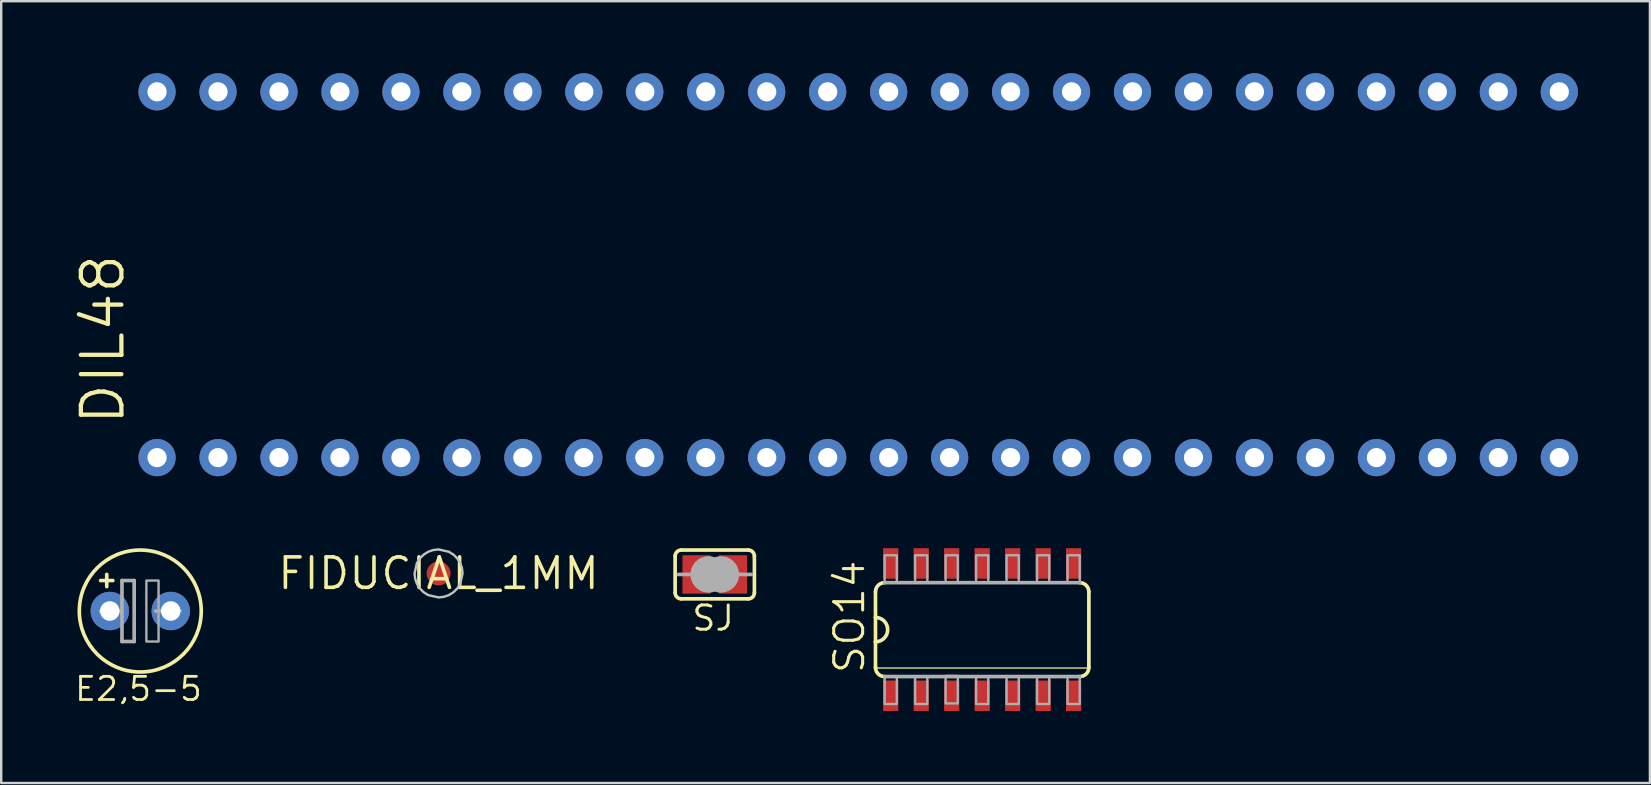
<source format=kicad_pcb>
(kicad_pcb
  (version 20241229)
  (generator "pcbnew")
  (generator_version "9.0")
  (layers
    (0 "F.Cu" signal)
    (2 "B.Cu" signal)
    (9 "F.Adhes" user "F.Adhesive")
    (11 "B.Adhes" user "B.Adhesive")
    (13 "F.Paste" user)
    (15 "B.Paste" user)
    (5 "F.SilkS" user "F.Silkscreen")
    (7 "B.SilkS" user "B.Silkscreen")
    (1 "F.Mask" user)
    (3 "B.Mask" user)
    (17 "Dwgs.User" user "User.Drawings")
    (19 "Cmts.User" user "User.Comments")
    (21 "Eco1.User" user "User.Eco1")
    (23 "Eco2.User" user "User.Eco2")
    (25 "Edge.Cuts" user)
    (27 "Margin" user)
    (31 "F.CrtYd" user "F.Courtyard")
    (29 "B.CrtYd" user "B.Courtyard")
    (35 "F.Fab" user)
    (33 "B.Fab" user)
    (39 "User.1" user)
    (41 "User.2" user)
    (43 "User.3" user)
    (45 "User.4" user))
  (footprint "SJ"
    (layer "F.Cu")
    (at 26.728 20.882)
    (property "Reference" "SJ" (at -1.016 2.413 180) (layer "F.SilkS") (effects (font (size 1.013 1.013) (thickness 0.122)) (justify left bottom)))
    (attr through_hole)
    (fp_poly (pts (xy -0.076 0.914) (xy 0.076 0.914) (xy 0.076 -0.914) (xy -0.076 -0.914)) (stroke (width 0) (type solid)) (fill yes) (layer "F.Mask"))
    (fp_line (start -1.651 0.762) (end -1.651 -0.762) (stroke (width 0.152) (type solid)) (layer "F.SilkS"))
    (fp_line (start -1.397 -1.016) (end 1.397 -1.016) (stroke (width 0.152) (type solid)) (layer "F.SilkS"))
    (fp_line (start 1.397 1.016) (end -1.397 1.016) (stroke (width 0.152) (type solid)) (layer "F.SilkS"))
    (fp_line (start 1.651 0.762) (end 1.651 -0.762) (stroke (width 0.152) (type solid)) (layer "F.SilkS"))
    (fp_arc (start -1.651 -0.762) (mid -1.576605 -0.941605) (end -1.397 -1.016) (stroke (width 0.1524) (type solid)) (layer "F.SilkS"))
    (fp_arc (start -1.397 1.016) (mid -1.576605 0.941605) (end -1.651 0.762) (stroke (width 0.1524) (type solid)) (layer "F.SilkS"))
    (fp_arc (start 1.397 -1.016) (mid 1.576605 -0.941605) (end 1.651 -0.762) (stroke (width 0.1524) (type solid)) (layer "F.SilkS"))
    (fp_arc (start 1.651 0.762) (mid 1.576605 0.941605) (end 1.397 1.016) (stroke (width 0.1524) (type solid)) (layer "F.SilkS"))
    (fp_line (start -1.016 0) (end -1.524 0) (stroke (width 0.152) (type solid)) (layer "F.Fab"))
    (fp_line (start 1.016 0) (end 1.524 0) (stroke (width 0.152) (type solid)) (layer "F.Fab"))
    (fp_arc (start -0.254 0.127) (mid -0.381 0) (end -0.254 -0.127) (stroke (width 1.27) (type solid)) (layer "F.Fab"))
    (fp_arc (start 0.254 -0.127) (mid 0.381 0) (end 0.254 0.127) (stroke (width 1.27) (type solid)) (layer "F.Fab"))
    (pad "1" smd rect (at -0.762 0) (size 1.168 1.6) (layers "F.Cu" "F.Mask" "F.Paste"))
    (pad "2" smd rect (at 0.762 0) (size 1.168 1.6) (layers "F.Cu" "F.Mask" "F.Paste")))
  (footprint "DIL48"
    (layer "F.Cu")
    (at 32.703 8.395)
    (property "Reference" "DIL48" (at -30.48 6.35 90) (layer "F.SilkS") (effects (font (size 1.689 1.689) (thickness 0.178)) (justify left bottom)))
    (attr through_hole)
    (pad "1" thru_hole circle (at -29.21 7.62 90) (size 1.55 1.55) (drill 0.8) (layers "*.Cu" "*.Mask"))
    (pad "2" thru_hole circle (at -26.67 7.62 90) (size 1.55 1.55) (drill 0.8) (layers "*.Cu" "*.Mask"))
    (pad "3" thru_hole circle (at -24.13 7.62 90) (size 1.55 1.55) (drill 0.8) (layers "*.Cu" "*.Mask"))
    (pad "4" thru_hole circle (at -21.59 7.62 90) (size 1.55 1.55) (drill 0.8) (layers "*.Cu" "*.Mask"))
    (pad "5" thru_hole circle (at -19.05 7.62 90) (size 1.55 1.55) (drill 0.8) (layers "*.Cu" "*.Mask"))
    (pad "6" thru_hole circle (at -16.51 7.62 90) (size 1.55 1.55) (drill 0.8) (layers "*.Cu" "*.Mask"))
    (pad "7" thru_hole circle (at -13.97 7.62 90) (size 1.55 1.55) (drill 0.8) (layers "*.Cu" "*.Mask"))
    (pad "8" thru_hole circle (at -11.43 7.62 90) (size 1.55 1.55) (drill 0.8) (layers "*.Cu" "*.Mask"))
    (pad "9" thru_hole circle (at -8.89 7.62 90) (size 1.55 1.55) (drill 0.8) (layers "*.Cu" "*.Mask"))
    (pad "10" thru_hole circle (at -6.35 7.62 90) (size 1.55 1.55) (drill 0.8) (layers "*.Cu" "*.Mask"))
    (pad "11" thru_hole circle (at -3.81 7.62 90) (size 1.55 1.55) (drill 0.8) (layers "*.Cu" "*.Mask"))
    (pad "12" thru_hole circle (at -1.27 7.62 90) (size 1.55 1.55) (drill 0.8) (layers "*.Cu" "*.Mask"))
    (pad "13" thru_hole circle (at 1.27 7.62 90) (size 1.55 1.55) (drill 0.8) (layers "*.Cu" "*.Mask"))
    (pad "14" thru_hole circle (at 3.81 7.62 90) (size 1.55 1.55) (drill 0.8) (layers "*.Cu" "*.Mask"))
    (pad "15" thru_hole circle (at 6.35 7.62 90) (size 1.55 1.55) (drill 0.8) (layers "*.Cu" "*.Mask"))
    (pad "16" thru_hole circle (at 8.89 7.62 90) (size 1.55 1.55) (drill 0.8) (layers "*.Cu" "*.Mask"))
    (pad "17" thru_hole circle (at 11.43 7.62 90) (size 1.55 1.55) (drill 0.8) (layers "*.Cu" "*.Mask"))
    (pad "18" thru_hole circle (at 13.97 7.62 90) (size 1.55 1.55) (drill 0.8) (layers "*.Cu" "*.Mask"))
    (pad "19" thru_hole circle (at 16.51 7.62 90) (size 1.55 1.55) (drill 0.8) (layers "*.Cu" "*.Mask"))
    (pad "20" thru_hole circle (at 19.05 7.62 90) (size 1.55 1.55) (drill 0.8) (layers "*.Cu" "*.Mask"))
    (pad "21" thru_hole circle (at 21.59 7.62 90) (size 1.55 1.55) (drill 0.8) (layers "*.Cu" "*.Mask"))
    (pad "22" thru_hole circle (at 24.13 7.62 90) (size 1.55 1.55) (drill 0.8) (layers "*.Cu" "*.Mask"))
    (pad "23" thru_hole circle (at 26.67 7.62 90) (size 1.55 1.55) (drill 0.8) (layers "*.Cu" "*.Mask"))
    (pad "24" thru_hole circle (at 29.21 7.62 90) (size 1.55 1.55) (drill 0.8) (layers "*.Cu" "*.Mask"))
    (pad "25" thru_hole circle (at 29.21 -7.62 90) (size 1.55 1.55) (drill 0.8) (layers "*.Cu" "*.Mask"))
    (pad "26" thru_hole circle (at 26.67 -7.62 90) (size 1.55 1.55) (drill 0.8) (layers "*.Cu" "*.Mask"))
    (pad "27" thru_hole circle (at 24.13 -7.62 90) (size 1.55 1.55) (drill 0.8) (layers "*.Cu" "*.Mask"))
    (pad "28" thru_hole circle (at 21.59 -7.62 90) (size 1.55 1.55) (drill 0.8) (layers "*.Cu" "*.Mask"))
    (pad "29" thru_hole circle (at 19.05 -7.62 90) (size 1.55 1.55) (drill 0.8) (layers "*.Cu" "*.Mask"))
    (pad "30" thru_hole circle (at 16.51 -7.62 90) (size 1.55 1.55) (drill 0.8) (layers "*.Cu" "*.Mask"))
    (pad "31" thru_hole circle (at 13.97 -7.62 90) (size 1.55 1.55) (drill 0.8) (layers "*.Cu" "*.Mask"))
    (pad "32" thru_hole circle (at 11.43 -7.62 90) (size 1.55 1.55) (drill 0.8) (layers "*.Cu" "*.Mask"))
    (pad "33" thru_hole circle (at 8.89 -7.62 90) (size 1.55 1.55) (drill 0.8) (layers "*.Cu" "*.Mask"))
    (pad "34" thru_hole circle (at 6.35 -7.62 90) (size 1.55 1.55) (drill 0.8) (layers "*.Cu" "*.Mask"))
    (pad "35" thru_hole circle (at 3.81 -7.62 90) (size 1.55 1.55) (drill 0.8) (layers "*.Cu" "*.Mask"))
    (pad "36" thru_hole circle (at 1.27 -7.62 90) (size 1.55 1.55) (drill 0.8) (layers "*.Cu" "*.Mask"))
    (pad "37" thru_hole circle (at -1.27 -7.62 90) (size 1.55 1.55) (drill 0.8) (layers "*.Cu" "*.Mask"))
    (pad "38" thru_hole circle (at -3.81 -7.62 90) (size 1.55 1.55) (drill 0.8) (layers "*.Cu" "*.Mask"))
    (pad "39" thru_hole circle (at -6.35 -7.62 90) (size 1.55 1.55) (drill 0.8) (layers "*.Cu" "*.Mask"))
    (pad "40" thru_hole circle (at -8.89 -7.62 90) (size 1.55 1.55) (drill 0.8) (layers "*.Cu" "*.Mask"))
    (pad "41" thru_hole circle (at -11.43 -7.62 90) (size 1.55 1.55) (drill 0.8) (layers "*.Cu" "*.Mask"))
    (pad "42" thru_hole circle (at -13.97 -7.62 90) (size 1.55 1.55) (drill 0.8) (layers "*.Cu" "*.Mask"))
    (pad "43" thru_hole circle (at -16.51 -7.62 90) (size 1.55 1.55) (drill 0.8) (layers "*.Cu" "*.Mask"))
    (pad "44" thru_hole circle (at -19.05 -7.62 90) (size 1.55 1.55) (drill 0.8) (layers "*.Cu" "*.Mask"))
    (pad "45" thru_hole circle (at -21.59 -7.62 90) (size 1.55 1.55) (drill 0.8) (layers "*.Cu" "*.Mask"))
    (pad "46" thru_hole circle (at -24.13 -7.62 90) (size 1.55 1.55) (drill 0.8) (layers "*.Cu" "*.Mask"))
    (pad "47" thru_hole circle (at -26.67 -7.62 90) (size 1.55 1.55) (drill 0.8) (layers "*.Cu" "*.Mask"))
    (pad "48" thru_hole circle (at -29.21 -7.62 90) (size 1.55 1.55) (drill 0.8) (layers "*.Cu" "*.Mask")))
  (footprint "FIDUCIAL_1MM"
    (layer "F.Cu")
    (at 15.221 20.84)
    (property "Reference" "FIDUCIAL_1MM" (at 0 0 0) (layer "F.SilkS") (effects (font (size 1.27 1.27) (thickness 0.15))))
    (attr through_hole)
    (fp_poly (pts (xy -1 0) (xy -0.975 0.223) (xy -0.901 0.434) (xy -0.782 0.623) (xy -0.623 0.782) (xy -0.434 0.901) (xy 0 1) (xy 0.223 0.975) (xy 0.434 0.901) (xy 0.623 0.782) (xy 0.782 0.623) (xy 0.901 0.434) (xy 1 0) (xy 0.975 -0.223) (xy 0.901 -0.434) (xy 0.782 -0.623) (xy 0.623 -0.782) (xy 0.434 -0.901) (xy 0 -1) (xy -0.223 -0.975) (xy -0.434 -0.901) (xy -0.623 -0.782) (xy -0.782 -0.623) (xy -0.901 -0.434)) (stroke (width 0) (type solid)) (fill yes) (layer "F.Mask"))
    (fp_poly (pts (xy -1 0) (xy -0.975 0.223) (xy -0.901 0.434) (xy -0.782 0.623) (xy -0.623 0.782) (xy -0.434 0.901) (xy 0 1) (xy 0.223 0.975) (xy 0.434 0.901) (xy 0.623 0.782) (xy 0.782 0.623) (xy 0.901 0.434) (xy 1 0) (xy 0.975 -0.223) (xy 0.901 -0.434) (xy 0.782 -0.623) (xy 0.623 -0.782) (xy 0.434 -0.901) (xy 0 -1) (xy -0.223 -0.975) (xy -0.434 -0.901) (xy -0.623 -0.782) (xy -0.782 -0.623) (xy -0.901 -0.434)) (stroke (width 0.1) (type solid)) (fill no) (layer "Dwgs.User"))
    (pad "1" smd roundrect (at 0 0) (size 1 1) (layers "F.Cu" "F.Mask") (roundrect_rratio 0.5)))
  (footprint "SO14"
    (layer "F.Cu")
    (at 37.869 23.181)
    (property "Reference" "SO14" (at -4.826 1.905 90) (layer "F.SilkS") (effects (font (size 1.206 1.206) (thickness 0.127)) (justify left bottom)))
    (attr through_hole)
    (fp_line (start -4.445 -1.575) (end -4.445 -0.508) (stroke (width 0.152) (type solid)) (layer "F.SilkS"))
    (fp_line (start -4.445 -0.508) (end -4.445 0.508) (stroke (width 0.152) (type solid)) (layer "F.SilkS"))
    (fp_line (start -4.445 0.508) (end -4.445 1.575) (stroke (width 0.152) (type solid)) (layer "F.SilkS"))
    (fp_line (start -4.445 1.6) (end 4.445 1.6) (stroke (width 0.051) (type solid)) (layer "F.SilkS"))
    (fp_line (start 4.445 1.575) (end 4.445 -1.575) (stroke (width 0.152) (type solid)) (layer "F.SilkS"))
    (fp_arc (start -4.445 -1.5748) (mid -4.333408 -1.844208) (end -4.064 -1.9558) (stroke (width 0.1524) (type solid)) (layer "F.SilkS"))
    (fp_arc (start -4.445 -0.508) (mid -3.937 0) (end -4.445 0.508) (stroke (width 0.1524) (type solid)) (layer "F.SilkS"))
    (fp_arc (start -4.064 1.9558) (mid -4.333408 1.844208) (end -4.445 1.5748) (stroke (width 0.1524) (type solid)) (layer "F.SilkS"))
    (fp_arc (start 4.064 -1.9558) (mid 4.333408 -1.844208) (end 4.445 -1.5748) (stroke (width 0.1524) (type solid)) (layer "F.SilkS"))
    (fp_arc (start 4.445 1.5748) (mid 4.333408 1.844208) (end 4.064 1.9558) (stroke (width 0.1524) (type solid)) (layer "F.SilkS"))
    (fp_line (start -4.064 1.956) (end 4.064 1.956) (stroke (width 0.152) (type solid)) (layer "F.Fab"))
    (fp_line (start 4.064 -1.956) (end -4.064 -1.956) (stroke (width 0.152) (type solid)) (layer "F.Fab"))
    (fp_poly (pts (xy -4.064 -1.956) (xy -3.556 -1.956) (xy -3.556 -3.099) (xy -4.064 -3.099)) (stroke (width 0.1) (type solid)) (fill no) (layer "F.Fab"))
    (fp_poly (pts (xy -4.064 3.099) (xy -3.556 3.099) (xy -3.556 1.956) (xy -4.064 1.956)) (stroke (width 0.1) (type solid)) (fill no) (layer "F.Fab"))
    (fp_poly (pts (xy -2.794 -1.956) (xy -2.286 -1.956) (xy -2.286 -3.099) (xy -2.794 -3.099)) (stroke (width 0.1) (type solid)) (fill no) (layer "F.Fab"))
    (fp_poly (pts (xy -2.794 3.099) (xy -2.286 3.099) (xy -2.286 1.956) (xy -2.794 1.956)) (stroke (width 0.1) (type solid)) (fill no) (layer "F.Fab"))
    (fp_poly (pts (xy -1.524 -1.956) (xy -1.016 -1.956) (xy -1.016 -3.099) (xy -1.524 -3.099)) (stroke (width 0.1) (type solid)) (fill no) (layer "F.Fab"))
    (fp_poly (pts (xy -1.524 3.073) (xy -1.016 3.073) (xy -1.016 1.93) (xy -1.524 1.93)) (stroke (width 0.1) (type solid)) (fill no) (layer "F.Fab"))
    (fp_poly (pts (xy -0.254 -1.956) (xy 0.254 -1.956) (xy 0.254 -3.099) (xy -0.254 -3.099)) (stroke (width 0.1) (type solid)) (fill no) (layer "F.Fab"))
    (fp_poly (pts (xy -0.254 3.099) (xy 0.254 3.099) (xy 0.254 1.956) (xy -0.254 1.956)) (stroke (width 0.1) (type solid)) (fill no) (layer "F.Fab"))
    (fp_poly (pts (xy 1.016 -1.956) (xy 1.524 -1.956) (xy 1.524 -3.099) (xy 1.016 -3.099)) (stroke (width 0.1) (type solid)) (fill no) (layer "F.Fab"))
    (fp_poly (pts (xy 1.016 3.099) (xy 1.524 3.099) (xy 1.524 1.956) (xy 1.016 1.956)) (stroke (width 0.1) (type solid)) (fill no) (layer "F.Fab"))
    (fp_poly (pts (xy 2.286 -1.956) (xy 2.794 -1.956) (xy 2.794 -3.099) (xy 2.286 -3.099)) (stroke (width 0.1) (type solid)) (fill no) (layer "F.Fab"))
    (fp_poly (pts (xy 2.286 3.099) (xy 2.794 3.099) (xy 2.794 1.956) (xy 2.286 1.956)) (stroke (width 0.1) (type solid)) (fill no) (layer "F.Fab"))
    (fp_poly (pts (xy 3.556 -1.956) (xy 4.064 -1.956) (xy 4.064 -3.099) (xy 3.556 -3.099)) (stroke (width 0.1) (type solid)) (fill no) (layer "F.Fab"))
    (fp_poly (pts (xy 3.556 3.099) (xy 4.064 3.099) (xy 4.064 1.956) (xy 3.556 1.956)) (stroke (width 0.1) (type solid)) (fill no) (layer "F.Fab"))
    (pad "1" smd rect (at -3.81 2.756) (size 0.635 1.27) (layers "F.Cu" "F.Mask" "F.Paste"))
    (pad "2" smd rect (at -2.54 2.756) (size 0.635 1.27) (layers "F.Cu" "F.Mask" "F.Paste"))
    (pad "3" smd rect (at -1.27 2.756) (size 0.635 1.27) (layers "F.Cu" "F.Mask" "F.Paste"))
    (pad "4" smd rect (at 0 2.756) (size 0.635 1.27) (layers "F.Cu" "F.Mask" "F.Paste"))
    (pad "5" smd rect (at 1.27 2.756) (size 0.635 1.27) (layers "F.Cu" "F.Mask" "F.Paste"))
    (pad "6" smd rect (at 2.54 2.756) (size 0.635 1.27) (layers "F.Cu" "F.Mask" "F.Paste"))
    (pad "7" smd rect (at 3.81 2.756) (size 0.635 1.27) (layers "F.Cu" "F.Mask" "F.Paste"))
    (pad "8" smd rect (at 3.81 -2.756) (size 0.635 1.27) (layers "F.Cu" "F.Mask" "F.Paste"))
    (pad "9" smd rect (at 2.54 -2.756) (size 0.635 1.27) (layers "F.Cu" "F.Mask" "F.Paste"))
    (pad "10" smd rect (at 1.27 -2.756) (size 0.635 1.27) (layers "F.Cu" "F.Mask" "F.Paste"))
    (pad "11" smd rect (at 0 -2.756) (size 0.635 1.27) (layers "F.Cu" "F.Mask" "F.Paste"))
    (pad "12" smd rect (at -1.27 -2.756) (size 0.635 1.27) (layers "F.Cu" "F.Mask" "F.Paste"))
    (pad "13" smd rect (at -2.54 -2.756) (size 0.635 1.27) (layers "F.Cu" "F.Mask" "F.Paste"))
    (pad "14" smd rect (at -3.81 -2.756) (size 0.635 1.27) (layers "F.Cu" "F.Mask" "F.Paste")))
  (footprint "E2,5-5"
    (layer "F.Cu")
    (at 2.794 22.406)
    (property "Reference" "E2,5-5" (at -2.794 3.81 180) (layer "F.SilkS") (effects (font (size 0.965 0.965) (thickness 0.116)) (justify left bottom)))
    (attr through_hole)
    (fp_line (start -1.651 -1.27) (end -1.397 -1.27) (stroke (width 0.152) (type solid)) (layer "F.SilkS"))
    (fp_line (start -1.397 -1.27) (end -1.397 -1.524) (stroke (width 0.152) (type solid)) (layer "F.SilkS"))
    (fp_line (start -1.397 -1.27) (end -1.143 -1.27) (stroke (width 0.152) (type solid)) (layer "F.SilkS"))
    (fp_line (start -1.397 -1.016) (end -1.397 -1.27) (stroke (width 0.152) (type solid)) (layer "F.SilkS"))
    (fp_circle (center 0 0) (end 2.54 0) (stroke (width 0.152) (type solid)) (fill no) (layer "F.SilkS"))
    (fp_line (start -1.651 0) (end -0.762 0) (stroke (width 0.152) (type solid)) (layer "F.Fab"))
    (fp_line (start -0.762 -1.27) (end -0.762 0) (stroke (width 0.152) (type solid)) (layer "F.Fab"))
    (fp_line (start -0.762 0) (end -0.762 1.27) (stroke (width 0.152) (type solid)) (layer "F.Fab"))
    (fp_line (start -0.762 1.27) (end -0.254 1.27) (stroke (width 0.152) (type solid)) (layer "F.Fab"))
    (fp_line (start -0.254 -1.27) (end -0.762 -1.27) (stroke (width 0.152) (type solid)) (layer "F.Fab"))
    (fp_line (start -0.254 1.27) (end -0.254 -1.27) (stroke (width 0.152) (type solid)) (layer "F.Fab"))
    (fp_line (start 0.635 0) (end 1.651 0) (stroke (width 0.152) (type solid)) (layer "F.Fab"))
    (fp_poly (pts (xy 0.254 1.27) (xy 0.762 1.27) (xy 0.762 -1.27) (xy 0.254 -1.27)) (stroke (width 0.1) (type solid)) (fill no) (layer "F.Fab"))
    (pad "+" thru_hole circle (at -1.27 0) (size 1.6 1.6) (drill 0.813) (layers "*.Cu" "*.Mask"))
    (pad "-" thru_hole circle (at 1.27 0) (size 1.6 1.6) (drill 0.813) (layers "*.Cu" "*.Mask")))
  (gr_rect
    (start -3 -3)
    (end 65.688 29.572)
    (stroke (width 0.1) (type default))
    (fill no)
    (layer "Edge.Cuts")))
</source>
